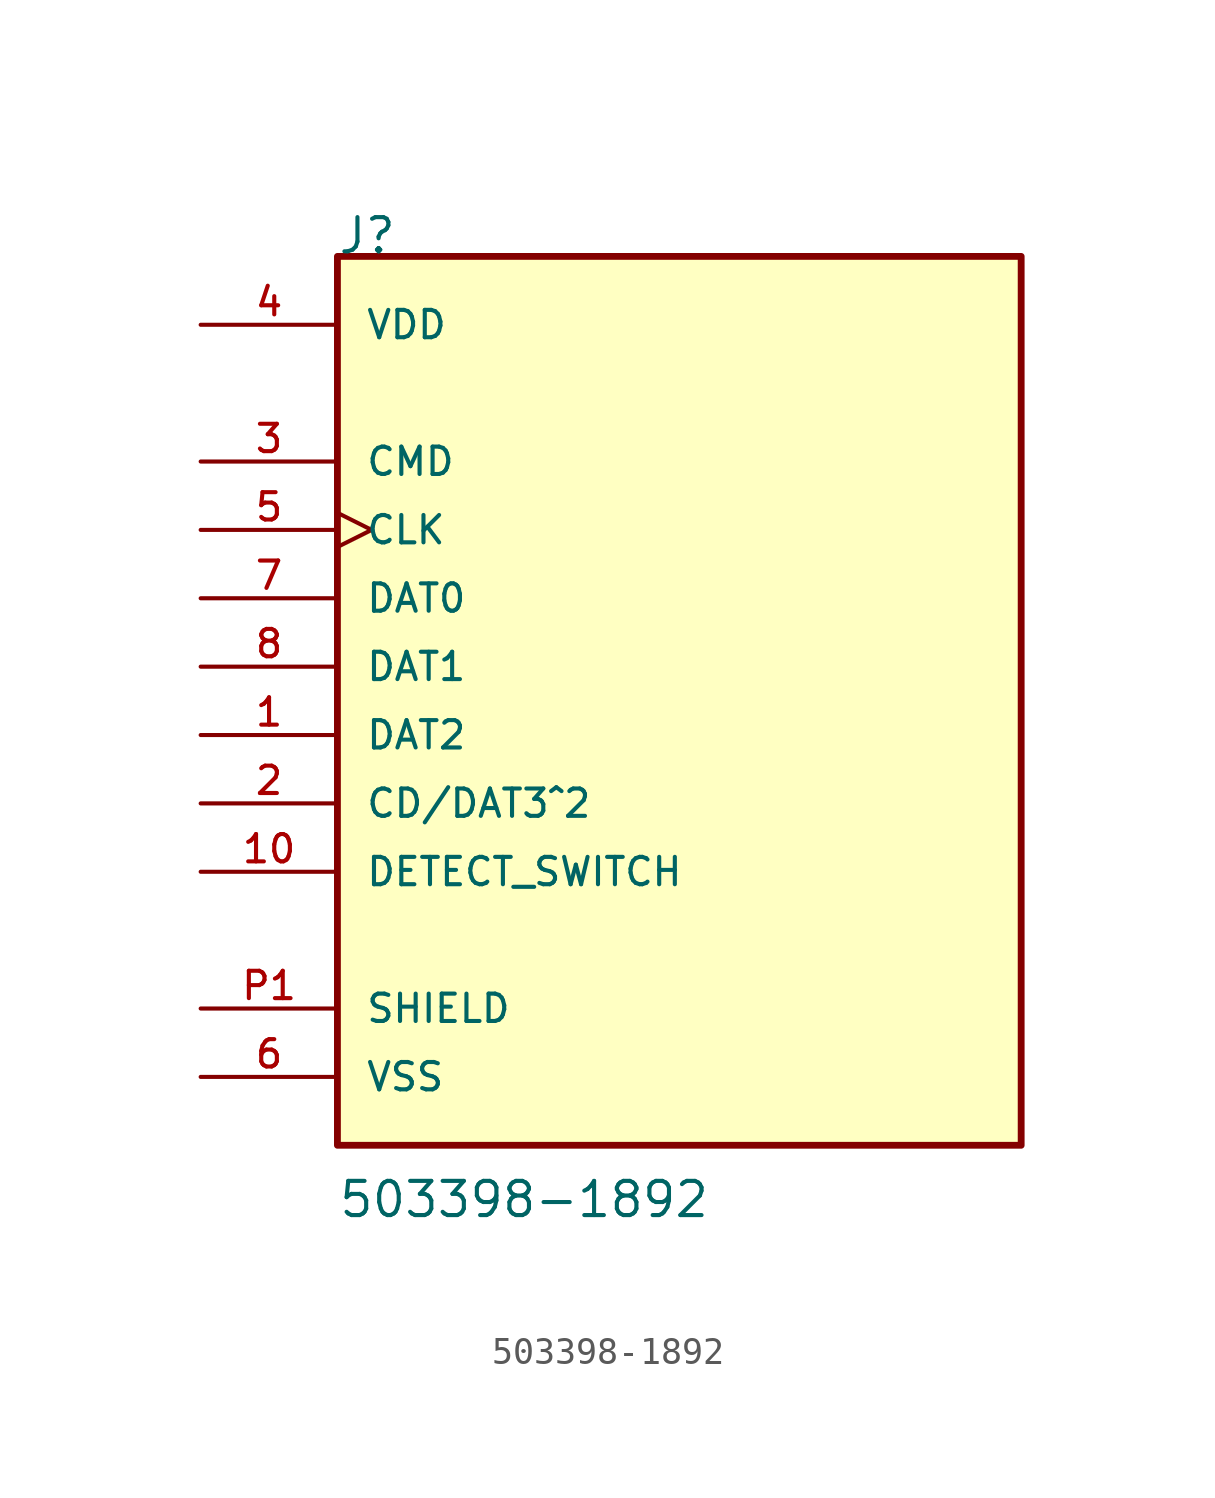
<source format=kicad_sym>
(kicad_symbol_lib
  (version 20220914)
  (generator kicad_symbol_editor)
  (symbol "503398-1892"
    (pin_names
      (offset 1.016))
    (property "Reference" "J"
      (at -12.722 15.266 0)
      (effects (font (size 1.27 1.27)) (justify left bottom)))
    (property "Value" "503398-1892"
      (at -12.7 -19.05 0)
      (effects (font (size 1.27 1.27)) (justify left top)))
    (symbol "503398-1892_0_0"
      (rectangle (start -12.7 15.24) (end 12.7 -17.78) (stroke (width 0.254) (type default)) (fill (type background)))
      (pin passive line (at -17.78 -2.54 0) (length 5.08) (name "DAT2" (effects (font (size 1.016 1.016)))) (number "1" (effects (font (size 1.016 1.016)))))
      (pin passive line (at -17.78 -7.62 0) (length 5.08) (name "DETECT_SWITCH" (effects (font (size 1.016 1.016)))) (number "10" (effects (font (size 1.016 1.016)))))
      (pin passive line (at -17.78 -5.08 0) (length 5.08) (name "CD/DAT3^2" (effects (font (size 1.016 1.016)))) (number "2" (effects (font (size 1.016 1.016)))))
      (pin passive line (at -17.78 7.62 0) (length 5.08) (name "CMD" (effects (font (size 1.016 1.016)))) (number "3" (effects (font (size 1.016 1.016)))))
      (pin power_in line (at -17.78 12.7 0) (length 5.08) (name "VDD" (effects (font (size 1.016 1.016)))) (number "4" (effects (font (size 1.016 1.016)))))
      (pin passive clock (at -17.78 5.08 0) (length 5.08) (name "CLK" (effects (font (size 1.016 1.016)))) (number "5" (effects (font (size 1.016 1.016)))))
      (pin power_in line (at -17.78 -15.24 0) (length 5.08) (name "VSS" (effects (font (size 1.016 1.016)))) (number "6" (effects (font (size 1.016 1.016)))))
      (pin passive line (at -17.78 2.54 0) (length 5.08) (name "DAT0" (effects (font (size 1.016 1.016)))) (number "7" (effects (font (size 1.016 1.016)))))
      (pin passive line (at -17.78 0 0) (length 5.08) (name "DAT1" (effects (font (size 1.016 1.016)))) (number "8" (effects (font (size 1.016 1.016)))))
      (pin passive line (at -17.78 -12.7 0) (length 5.08) (name "SHIELD" (effects (font (size 1.016 1.016)))) (number "P1" (effects (font (size 1.016 1.016))))))
    (symbol "503398-1892_1_0"
      (pin power_in line (at -17.78 -15.24 0) (length 5.08) hide (name "VSS" (effects (font (size 1.016 1.016)))) (number "9" (effects (font (size 1.016 1.016)))))
      (pin passive line (at -17.78 -12.7 0) (length 5.08) hide (name "SHIELD" (effects (font (size 1.016 1.016)))) (number "P2" (effects (font (size 1.016 1.016)))))
      (pin passive line (at -17.78 -12.7 0) (length 5.08) hide (name "SHIELD" (effects (font (size 1.016 1.016)))) (number "P3" (effects (font (size 1.016 1.016)))))
      (pin passive line (at -17.78 -12.7 0) (length 5.08) hide (name "SHIELD" (effects (font (size 1.016 1.016)))) (number "P4" (effects (font (size 1.016 1.016))))))))
</source>
